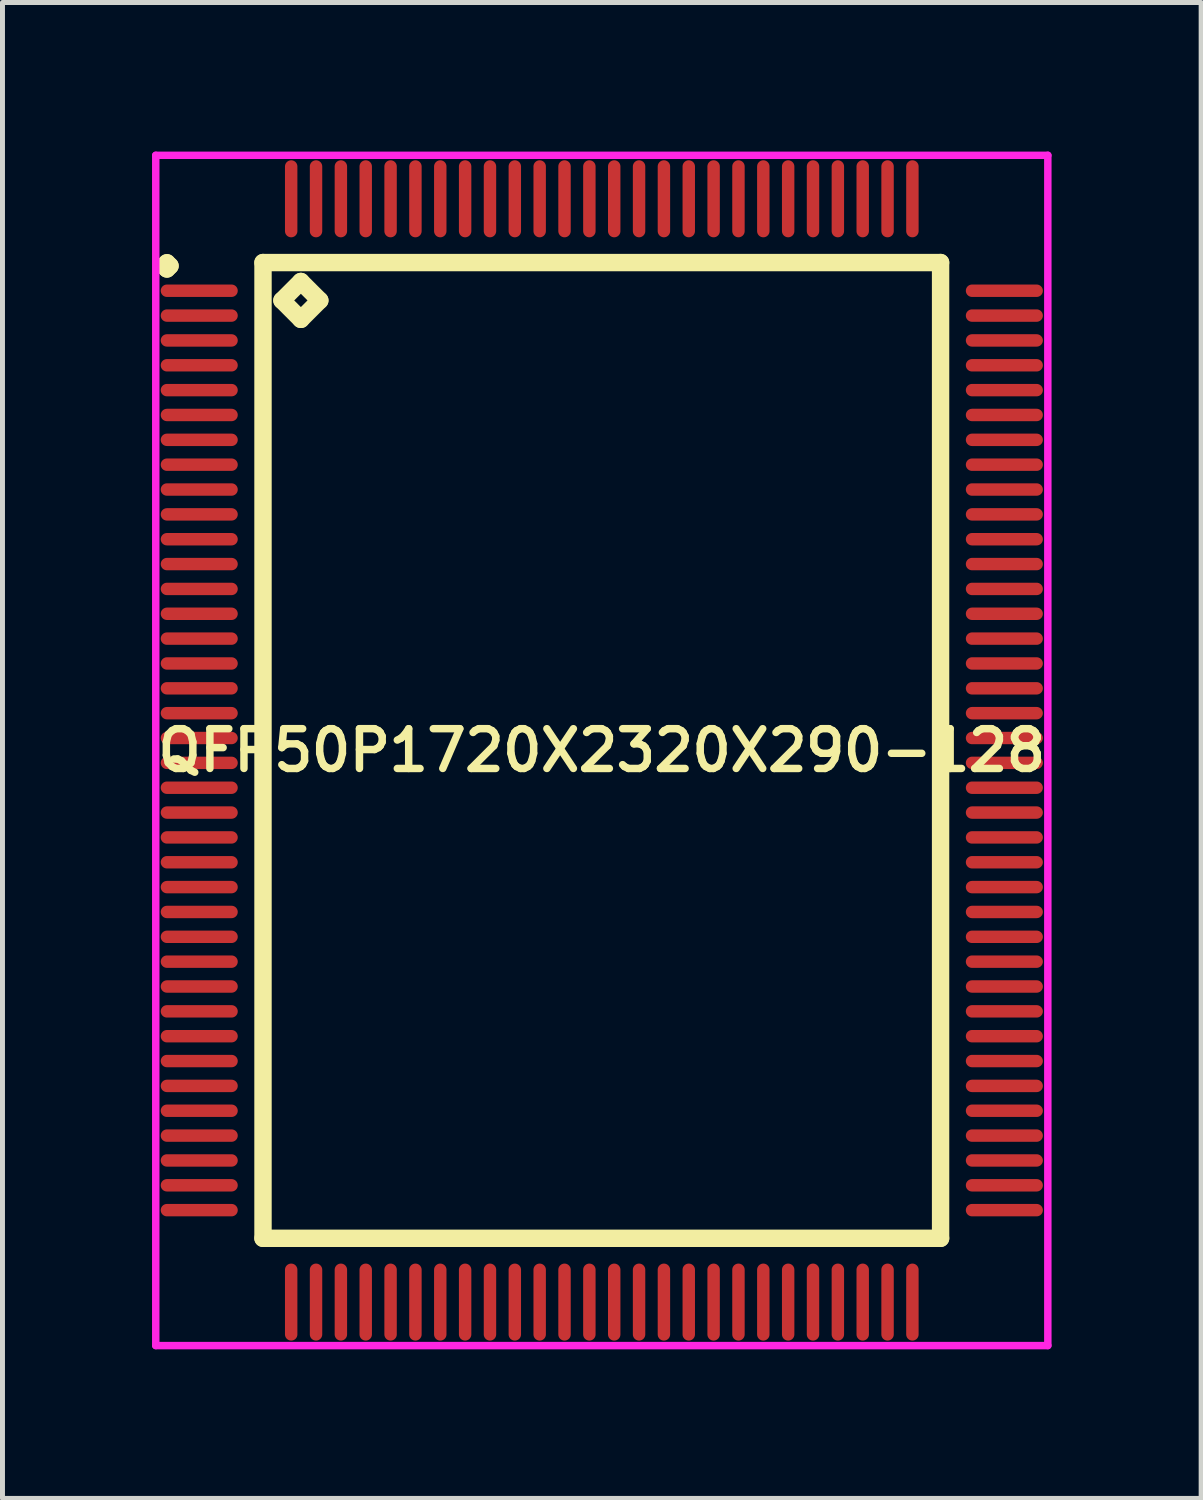
<source format=kicad_pcb>
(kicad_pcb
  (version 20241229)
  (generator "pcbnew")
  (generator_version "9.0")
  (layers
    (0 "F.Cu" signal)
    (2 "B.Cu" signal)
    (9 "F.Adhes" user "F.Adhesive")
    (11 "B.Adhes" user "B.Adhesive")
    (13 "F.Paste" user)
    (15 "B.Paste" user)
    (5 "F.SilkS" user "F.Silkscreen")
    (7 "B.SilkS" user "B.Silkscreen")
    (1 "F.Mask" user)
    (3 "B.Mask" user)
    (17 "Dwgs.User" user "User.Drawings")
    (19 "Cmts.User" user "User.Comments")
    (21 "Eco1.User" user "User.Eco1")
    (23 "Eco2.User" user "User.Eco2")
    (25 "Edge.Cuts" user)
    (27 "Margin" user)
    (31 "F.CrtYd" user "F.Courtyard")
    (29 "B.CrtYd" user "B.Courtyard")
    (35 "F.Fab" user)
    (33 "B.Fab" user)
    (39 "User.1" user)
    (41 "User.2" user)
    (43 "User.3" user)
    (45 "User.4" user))
  (footprint "QFP50P1720X2320X290-128"
    (layer "F.Cu")
    (at 9.059 12.05)
    (property "Reference" "QFP50P1720X2320X290-128" (at 0 0 0) (layer "F.SilkS") (effects (font (size 0.8 0.8) (thickness 0.15))))
    (attr through_hole)
    (fp_line (start -8.812 -9.75) (end -8.75 -9.812) (stroke (width 0.35) (type solid)) (layer "F.SilkS"))
    (fp_line (start -8.75 -9.812) (end -8.688 -9.75) (stroke (width 0.35) (type solid)) (layer "F.SilkS"))
    (fp_line (start -8.75 -9.688) (end -8.812 -9.75) (stroke (width 0.35) (type solid)) (layer "F.SilkS"))
    (fp_line (start -8.688 -9.75) (end -8.75 -9.688) (stroke (width 0.35) (type solid)) (layer "F.SilkS"))
    (fp_line (start -6.817 -9.817) (end -6.817 9.817) (stroke (width 0.35) (type solid)) (layer "F.SilkS"))
    (fp_line (start -6.817 9.817) (end 6.817 9.817) (stroke (width 0.35) (type solid)) (layer "F.SilkS"))
    (fp_line (start -6.436 -9.055) (end -6.055 -9.436) (stroke (width 0.35) (type solid)) (layer "F.SilkS"))
    (fp_line (start -6.055 -9.436) (end -5.674 -9.055) (stroke (width 0.35) (type solid)) (layer "F.SilkS"))
    (fp_line (start -6.055 -8.674) (end -6.436 -9.055) (stroke (width 0.35) (type solid)) (layer "F.SilkS"))
    (fp_line (start -5.674 -9.055) (end -6.055 -8.674) (stroke (width 0.35) (type solid)) (layer "F.SilkS"))
    (fp_line (start 6.817 -9.817) (end -6.817 -9.817) (stroke (width 0.35) (type solid)) (layer "F.SilkS"))
    (fp_line (start 6.817 9.817) (end 6.817 -9.817) (stroke (width 0.35) (type solid)) (layer "F.SilkS"))
    (fp_line (start -8.975 -11.975) (end 8.975 -11.975) (stroke (width 0.15) (type solid)) (layer "F.CrtYd"))
    (fp_line (start -8.975 11.975) (end -8.975 -11.975) (stroke (width 0.15) (type solid)) (layer "F.CrtYd"))
    (fp_line (start 8.975 -11.975) (end 8.975 11.975) (stroke (width 0.15) (type solid)) (layer "F.CrtYd"))
    (fp_line (start 8.975 11.975) (end -8.975 11.975) (stroke (width 0.15) (type solid)) (layer "F.CrtYd"))
    (pad "1" smd oval (at -8.1 -9.25) (size 1.55 0.25) (layers "F.Cu" "F.Mask" "F.Paste"))
    (pad "2" smd oval (at -8.1 -8.75) (size 1.55 0.25) (layers "F.Cu" "F.Mask" "F.Paste"))
    (pad "3" smd oval (at -8.1 -8.25) (size 1.55 0.25) (layers "F.Cu" "F.Mask" "F.Paste"))
    (pad "4" smd oval (at -8.1 -7.75) (size 1.55 0.25) (layers "F.Cu" "F.Mask" "F.Paste"))
    (pad "5" smd oval (at -8.1 -7.25) (size 1.55 0.25) (layers "F.Cu" "F.Mask" "F.Paste"))
    (pad "6" smd oval (at -8.1 -6.75) (size 1.55 0.25) (layers "F.Cu" "F.Mask" "F.Paste"))
    (pad "7" smd oval (at -8.1 -6.25) (size 1.55 0.25) (layers "F.Cu" "F.Mask" "F.Paste"))
    (pad "8" smd oval (at -8.1 -5.75) (size 1.55 0.25) (layers "F.Cu" "F.Mask" "F.Paste"))
    (pad "9" smd oval (at -8.1 -5.25) (size 1.55 0.25) (layers "F.Cu" "F.Mask" "F.Paste"))
    (pad "10" smd oval (at -8.1 -4.75) (size 1.55 0.25) (layers "F.Cu" "F.Mask" "F.Paste"))
    (pad "11" smd oval (at -8.1 -4.25) (size 1.55 0.25) (layers "F.Cu" "F.Mask" "F.Paste"))
    (pad "12" smd oval (at -8.1 -3.75) (size 1.55 0.25) (layers "F.Cu" "F.Mask" "F.Paste"))
    (pad "13" smd oval (at -8.1 -3.25) (size 1.55 0.25) (layers "F.Cu" "F.Mask" "F.Paste"))
    (pad "14" smd oval (at -8.1 -2.75) (size 1.55 0.25) (layers "F.Cu" "F.Mask" "F.Paste"))
    (pad "15" smd oval (at -8.1 -2.25) (size 1.55 0.25) (layers "F.Cu" "F.Mask" "F.Paste"))
    (pad "16" smd oval (at -8.1 -1.75) (size 1.55 0.25) (layers "F.Cu" "F.Mask" "F.Paste"))
    (pad "17" smd oval (at -8.1 -1.25) (size 1.55 0.25) (layers "F.Cu" "F.Mask" "F.Paste"))
    (pad "18" smd oval (at -8.1 -0.75) (size 1.55 0.25) (layers "F.Cu" "F.Mask" "F.Paste"))
    (pad "19" smd oval (at -8.1 -0.25) (size 1.55 0.25) (layers "F.Cu" "F.Mask" "F.Paste"))
    (pad "20" smd oval (at -8.1 0.25) (size 1.55 0.25) (layers "F.Cu" "F.Mask" "F.Paste"))
    (pad "21" smd oval (at -8.1 0.75) (size 1.55 0.25) (layers "F.Cu" "F.Mask" "F.Paste"))
    (pad "22" smd oval (at -8.1 1.25) (size 1.55 0.25) (layers "F.Cu" "F.Mask" "F.Paste"))
    (pad "23" smd oval (at -8.1 1.75) (size 1.55 0.25) (layers "F.Cu" "F.Mask" "F.Paste"))
    (pad "24" smd oval (at -8.1 2.25) (size 1.55 0.25) (layers "F.Cu" "F.Mask" "F.Paste"))
    (pad "25" smd oval (at -8.1 2.75) (size 1.55 0.25) (layers "F.Cu" "F.Mask" "F.Paste"))
    (pad "26" smd oval (at -8.1 3.25) (size 1.55 0.25) (layers "F.Cu" "F.Mask" "F.Paste"))
    (pad "27" smd oval (at -8.1 3.75) (size 1.55 0.25) (layers "F.Cu" "F.Mask" "F.Paste"))
    (pad "28" smd oval (at -8.1 4.25) (size 1.55 0.25) (layers "F.Cu" "F.Mask" "F.Paste"))
    (pad "29" smd oval (at -8.1 4.75) (size 1.55 0.25) (layers "F.Cu" "F.Mask" "F.Paste"))
    (pad "30" smd oval (at -8.1 5.25) (size 1.55 0.25) (layers "F.Cu" "F.Mask" "F.Paste"))
    (pad "31" smd oval (at -8.1 5.75) (size 1.55 0.25) (layers "F.Cu" "F.Mask" "F.Paste"))
    (pad "32" smd oval (at -8.1 6.25) (size 1.55 0.25) (layers "F.Cu" "F.Mask" "F.Paste"))
    (pad "33" smd oval (at -8.1 6.75) (size 1.55 0.25) (layers "F.Cu" "F.Mask" "F.Paste"))
    (pad "34" smd oval (at -8.1 7.25) (size 1.55 0.25) (layers "F.Cu" "F.Mask" "F.Paste"))
    (pad "35" smd oval (at -8.1 7.75) (size 1.55 0.25) (layers "F.Cu" "F.Mask" "F.Paste"))
    (pad "36" smd oval (at -8.1 8.25) (size 1.55 0.25) (layers "F.Cu" "F.Mask" "F.Paste"))
    (pad "37" smd oval (at -8.1 8.75) (size 1.55 0.25) (layers "F.Cu" "F.Mask" "F.Paste"))
    (pad "38" smd oval (at -8.1 9.25) (size 1.55 0.25) (layers "F.Cu" "F.Mask" "F.Paste"))
    (pad "39" smd oval (at -6.25 11.1) (size 0.25 1.55) (layers "F.Cu" "F.Mask" "F.Paste"))
    (pad "40" smd oval (at -5.75 11.1) (size 0.25 1.55) (layers "F.Cu" "F.Mask" "F.Paste"))
    (pad "41" smd oval (at -5.25 11.1) (size 0.25 1.55) (layers "F.Cu" "F.Mask" "F.Paste"))
    (pad "42" smd oval (at -4.75 11.1) (size 0.25 1.55) (layers "F.Cu" "F.Mask" "F.Paste"))
    (pad "43" smd oval (at -4.25 11.1) (size 0.25 1.55) (layers "F.Cu" "F.Mask" "F.Paste"))
    (pad "44" smd oval (at -3.75 11.1) (size 0.25 1.55) (layers "F.Cu" "F.Mask" "F.Paste"))
    (pad "45" smd oval (at -3.25 11.1) (size 0.25 1.55) (layers "F.Cu" "F.Mask" "F.Paste"))
    (pad "46" smd oval (at -2.75 11.1) (size 0.25 1.55) (layers "F.Cu" "F.Mask" "F.Paste"))
    (pad "47" smd oval (at -2.25 11.1) (size 0.25 1.55) (layers "F.Cu" "F.Mask" "F.Paste"))
    (pad "48" smd oval (at -1.75 11.1) (size 0.25 1.55) (layers "F.Cu" "F.Mask" "F.Paste"))
    (pad "49" smd oval (at -1.25 11.1) (size 0.25 1.55) (layers "F.Cu" "F.Mask" "F.Paste"))
    (pad "50" smd oval (at -0.75 11.1) (size 0.25 1.55) (layers "F.Cu" "F.Mask" "F.Paste"))
    (pad "51" smd oval (at -0.25 11.1) (size 0.25 1.55) (layers "F.Cu" "F.Mask" "F.Paste"))
    (pad "52" smd oval (at 0.25 11.1) (size 0.25 1.55) (layers "F.Cu" "F.Mask" "F.Paste"))
    (pad "53" smd oval (at 0.75 11.1) (size 0.25 1.55) (layers "F.Cu" "F.Mask" "F.Paste"))
    (pad "54" smd oval (at 1.25 11.1) (size 0.25 1.55) (layers "F.Cu" "F.Mask" "F.Paste"))
    (pad "55" smd oval (at 1.75 11.1) (size 0.25 1.55) (layers "F.Cu" "F.Mask" "F.Paste"))
    (pad "56" smd oval (at 2.25 11.1) (size 0.25 1.55) (layers "F.Cu" "F.Mask" "F.Paste"))
    (pad "57" smd oval (at 2.75 11.1) (size 0.25 1.55) (layers "F.Cu" "F.Mask" "F.Paste"))
    (pad "58" smd oval (at 3.25 11.1) (size 0.25 1.55) (layers "F.Cu" "F.Mask" "F.Paste"))
    (pad "59" smd oval (at 3.75 11.1) (size 0.25 1.55) (layers "F.Cu" "F.Mask" "F.Paste"))
    (pad "60" smd oval (at 4.25 11.1) (size 0.25 1.55) (layers "F.Cu" "F.Mask" "F.Paste"))
    (pad "61" smd oval (at 4.75 11.1) (size 0.25 1.55) (layers "F.Cu" "F.Mask" "F.Paste"))
    (pad "62" smd oval (at 5.25 11.1) (size 0.25 1.55) (layers "F.Cu" "F.Mask" "F.Paste"))
    (pad "63" smd oval (at 5.75 11.1) (size 0.25 1.55) (layers "F.Cu" "F.Mask" "F.Paste"))
    (pad "64" smd oval (at 6.25 11.1) (size 0.25 1.55) (layers "F.Cu" "F.Mask" "F.Paste"))
    (pad "65" smd oval (at 8.1 9.25) (size 1.55 0.25) (layers "F.Cu" "F.Mask" "F.Paste"))
    (pad "66" smd oval (at 8.1 8.75) (size 1.55 0.25) (layers "F.Cu" "F.Mask" "F.Paste"))
    (pad "67" smd oval (at 8.1 8.25) (size 1.55 0.25) (layers "F.Cu" "F.Mask" "F.Paste"))
    (pad "68" smd oval (at 8.1 7.75) (size 1.55 0.25) (layers "F.Cu" "F.Mask" "F.Paste"))
    (pad "69" smd oval (at 8.1 7.25) (size 1.55 0.25) (layers "F.Cu" "F.Mask" "F.Paste"))
    (pad "70" smd oval (at 8.1 6.75) (size 1.55 0.25) (layers "F.Cu" "F.Mask" "F.Paste"))
    (pad "71" smd oval (at 8.1 6.25) (size 1.55 0.25) (layers "F.Cu" "F.Mask" "F.Paste"))
    (pad "72" smd oval (at 8.1 5.75) (size 1.55 0.25) (layers "F.Cu" "F.Mask" "F.Paste"))
    (pad "73" smd oval (at 8.1 5.25) (size 1.55 0.25) (layers "F.Cu" "F.Mask" "F.Paste"))
    (pad "74" smd oval (at 8.1 4.75) (size 1.55 0.25) (layers "F.Cu" "F.Mask" "F.Paste"))
    (pad "75" smd oval (at 8.1 4.25) (size 1.55 0.25) (layers "F.Cu" "F.Mask" "F.Paste"))
    (pad "76" smd oval (at 8.1 3.75) (size 1.55 0.25) (layers "F.Cu" "F.Mask" "F.Paste"))
    (pad "77" smd oval (at 8.1 3.25) (size 1.55 0.25) (layers "F.Cu" "F.Mask" "F.Paste"))
    (pad "78" smd oval (at 8.1 2.75) (size 1.55 0.25) (layers "F.Cu" "F.Mask" "F.Paste"))
    (pad "79" smd oval (at 8.1 2.25) (size 1.55 0.25) (layers "F.Cu" "F.Mask" "F.Paste"))
    (pad "80" smd oval (at 8.1 1.75) (size 1.55 0.25) (layers "F.Cu" "F.Mask" "F.Paste"))
    (pad "81" smd oval (at 8.1 1.25) (size 1.55 0.25) (layers "F.Cu" "F.Mask" "F.Paste"))
    (pad "82" smd oval (at 8.1 0.75) (size 1.55 0.25) (layers "F.Cu" "F.Mask" "F.Paste"))
    (pad "83" smd oval (at 8.1 0.25) (size 1.55 0.25) (layers "F.Cu" "F.Mask" "F.Paste"))
    (pad "84" smd oval (at 8.1 -0.25) (size 1.55 0.25) (layers "F.Cu" "F.Mask" "F.Paste"))
    (pad "85" smd oval (at 8.1 -0.75) (size 1.55 0.25) (layers "F.Cu" "F.Mask" "F.Paste"))
    (pad "86" smd oval (at 8.1 -1.25) (size 1.55 0.25) (layers "F.Cu" "F.Mask" "F.Paste"))
    (pad "87" smd oval (at 8.1 -1.75) (size 1.55 0.25) (layers "F.Cu" "F.Mask" "F.Paste"))
    (pad "88" smd oval (at 8.1 -2.25) (size 1.55 0.25) (layers "F.Cu" "F.Mask" "F.Paste"))
    (pad "89" smd oval (at 8.1 -2.75) (size 1.55 0.25) (layers "F.Cu" "F.Mask" "F.Paste"))
    (pad "90" smd oval (at 8.1 -3.25) (size 1.55 0.25) (layers "F.Cu" "F.Mask" "F.Paste"))
    (pad "91" smd oval (at 8.1 -3.75) (size 1.55 0.25) (layers "F.Cu" "F.Mask" "F.Paste"))
    (pad "92" smd oval (at 8.1 -4.25) (size 1.55 0.25) (layers "F.Cu" "F.Mask" "F.Paste"))
    (pad "93" smd oval (at 8.1 -4.75) (size 1.55 0.25) (layers "F.Cu" "F.Mask" "F.Paste"))
    (pad "94" smd oval (at 8.1 -5.25) (size 1.55 0.25) (layers "F.Cu" "F.Mask" "F.Paste"))
    (pad "95" smd oval (at 8.1 -5.75) (size 1.55 0.25) (layers "F.Cu" "F.Mask" "F.Paste"))
    (pad "96" smd oval (at 8.1 -6.25) (size 1.55 0.25) (layers "F.Cu" "F.Mask" "F.Paste"))
    (pad "97" smd oval (at 8.1 -6.75) (size 1.55 0.25) (layers "F.Cu" "F.Mask" "F.Paste"))
    (pad "98" smd oval (at 8.1 -7.25) (size 1.55 0.25) (layers "F.Cu" "F.Mask" "F.Paste"))
    (pad "99" smd oval (at 8.1 -7.75) (size 1.55 0.25) (layers "F.Cu" "F.Mask" "F.Paste"))
    (pad "100" smd oval (at 8.1 -8.25) (size 1.55 0.25) (layers "F.Cu" "F.Mask" "F.Paste"))
    (pad "101" smd oval (at 8.1 -8.75) (size 1.55 0.25) (layers "F.Cu" "F.Mask" "F.Paste"))
    (pad "102" smd oval (at 8.1 -9.25) (size 1.55 0.25) (layers "F.Cu" "F.Mask" "F.Paste"))
    (pad "103" smd oval (at 6.25 -11.1) (size 0.25 1.55) (layers "F.Cu" "F.Mask" "F.Paste"))
    (pad "104" smd oval (at 5.75 -11.1) (size 0.25 1.55) (layers "F.Cu" "F.Mask" "F.Paste"))
    (pad "105" smd oval (at 5.25 -11.1) (size 0.25 1.55) (layers "F.Cu" "F.Mask" "F.Paste"))
    (pad "106" smd oval (at 4.75 -11.1) (size 0.25 1.55) (layers "F.Cu" "F.Mask" "F.Paste"))
    (pad "107" smd oval (at 4.25 -11.1) (size 0.25 1.55) (layers "F.Cu" "F.Mask" "F.Paste"))
    (pad "108" smd oval (at 3.75 -11.1) (size 0.25 1.55) (layers "F.Cu" "F.Mask" "F.Paste"))
    (pad "109" smd oval (at 3.25 -11.1) (size 0.25 1.55) (layers "F.Cu" "F.Mask" "F.Paste"))
    (pad "110" smd oval (at 2.75 -11.1) (size 0.25 1.55) (layers "F.Cu" "F.Mask" "F.Paste"))
    (pad "111" smd oval (at 2.25 -11.1) (size 0.25 1.55) (layers "F.Cu" "F.Mask" "F.Paste"))
    (pad "112" smd oval (at 1.75 -11.1) (size 0.25 1.55) (layers "F.Cu" "F.Mask" "F.Paste"))
    (pad "113" smd oval (at 1.25 -11.1) (size 0.25 1.55) (layers "F.Cu" "F.Mask" "F.Paste"))
    (pad "114" smd oval (at 0.75 -11.1) (size 0.25 1.55) (layers "F.Cu" "F.Mask" "F.Paste"))
    (pad "115" smd oval (at 0.25 -11.1) (size 0.25 1.55) (layers "F.Cu" "F.Mask" "F.Paste"))
    (pad "116" smd oval (at -0.25 -11.1) (size 0.25 1.55) (layers "F.Cu" "F.Mask" "F.Paste"))
    (pad "117" smd oval (at -0.75 -11.1) (size 0.25 1.55) (layers "F.Cu" "F.Mask" "F.Paste"))
    (pad "118" smd oval (at -1.25 -11.1) (size 0.25 1.55) (layers "F.Cu" "F.Mask" "F.Paste"))
    (pad "119" smd oval (at -1.75 -11.1) (size 0.25 1.55) (layers "F.Cu" "F.Mask" "F.Paste"))
    (pad "120" smd oval (at -2.25 -11.1) (size 0.25 1.55) (layers "F.Cu" "F.Mask" "F.Paste"))
    (pad "121" smd oval (at -2.75 -11.1) (size 0.25 1.55) (layers "F.Cu" "F.Mask" "F.Paste"))
    (pad "122" smd oval (at -3.25 -11.1) (size 0.25 1.55) (layers "F.Cu" "F.Mask" "F.Paste"))
    (pad "123" smd oval (at -3.75 -11.1) (size 0.25 1.55) (layers "F.Cu" "F.Mask" "F.Paste"))
    (pad "124" smd oval (at -4.25 -11.1) (size 0.25 1.55) (layers "F.Cu" "F.Mask" "F.Paste"))
    (pad "125" smd oval (at -4.75 -11.1) (size 0.25 1.55) (layers "F.Cu" "F.Mask" "F.Paste"))
    (pad "126" smd oval (at -5.25 -11.1) (size 0.25 1.55) (layers "F.Cu" "F.Mask" "F.Paste"))
    (pad "127" smd oval (at -5.75 -11.1) (size 0.25 1.55) (layers "F.Cu" "F.Mask" "F.Paste"))
    (pad "128" smd oval (at -6.25 -11.1) (size 0.25 1.55) (layers "F.Cu" "F.Mask" "F.Paste")))
  (gr_rect
    (start -3 -3)
    (end 21.119 27.1)
    (stroke (width 0.1) (type default))
    (fill no)
    (layer "Edge.Cuts")))
</source>
